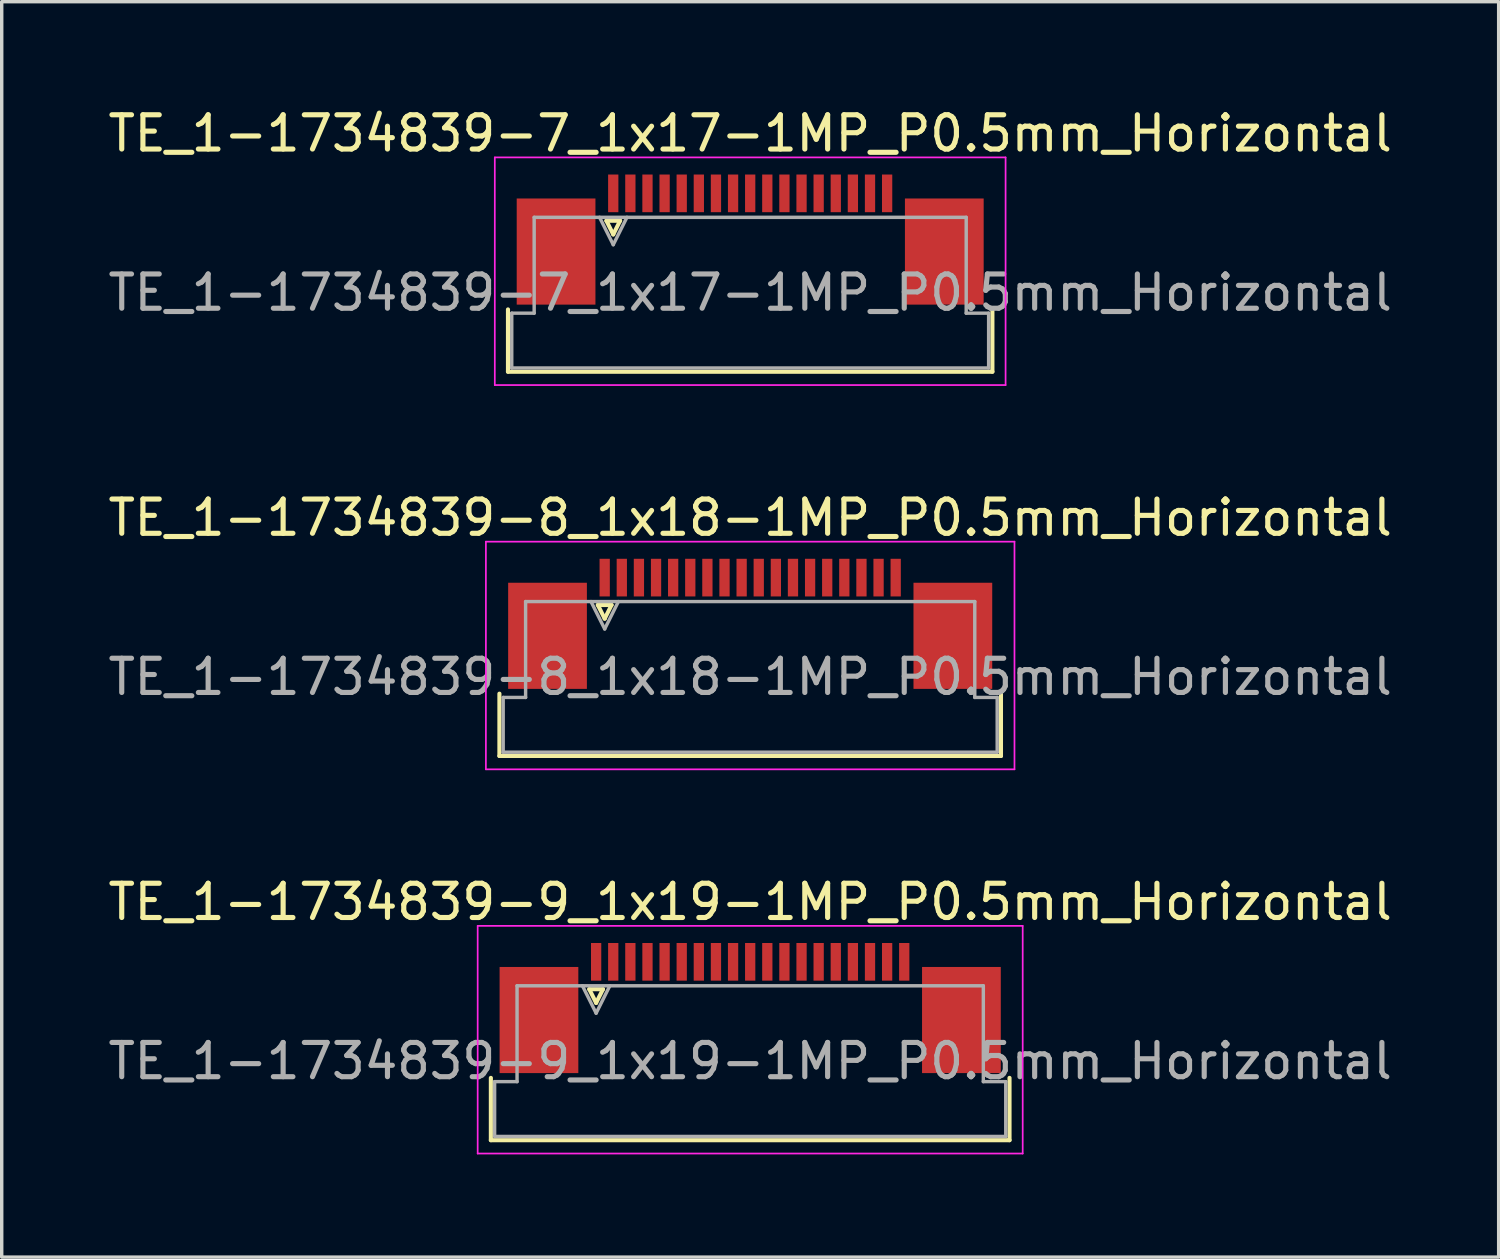
<source format=kicad_pcb>
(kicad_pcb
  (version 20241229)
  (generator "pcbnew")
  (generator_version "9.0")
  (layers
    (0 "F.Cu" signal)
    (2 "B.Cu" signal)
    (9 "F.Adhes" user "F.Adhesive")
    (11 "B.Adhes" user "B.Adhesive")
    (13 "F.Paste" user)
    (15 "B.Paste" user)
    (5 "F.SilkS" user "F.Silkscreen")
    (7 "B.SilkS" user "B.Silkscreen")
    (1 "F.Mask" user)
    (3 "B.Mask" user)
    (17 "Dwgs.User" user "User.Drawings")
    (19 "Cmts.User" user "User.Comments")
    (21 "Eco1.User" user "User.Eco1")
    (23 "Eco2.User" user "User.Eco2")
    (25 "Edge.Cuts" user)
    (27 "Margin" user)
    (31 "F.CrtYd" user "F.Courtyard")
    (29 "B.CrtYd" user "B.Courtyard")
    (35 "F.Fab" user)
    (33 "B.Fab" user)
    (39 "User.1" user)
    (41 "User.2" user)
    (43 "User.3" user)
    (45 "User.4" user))
  (footprint "TE_1-1734839-9_1x19-1MP_P0.5mm_Horizontal"
    (layer "F.Cu")
    (at 18.863 26.395)
    (property "Reference" "TE_1-1734839-9_1x19-1MP_P0.5mm_Horizontal" (at 0 -3.1 0) (layer "F.SilkS") (effects (font (size 1 1) (thickness 0.15))))
    (attr smd)
    (fp_line (start -7.575 3.86) (end -7.575 2.04) (stroke (width 0.12) (type solid)) (layer "F.SilkS"))
    (fp_line (start -4.7 -0.55) (end -4.5 -0.15) (stroke (width 0.12) (type solid)) (layer "F.SilkS"))
    (fp_line (start -4.5 -0.15) (end -4.3 -0.55) (stroke (width 0.12) (type solid)) (layer "F.SilkS"))
    (fp_line (start -4.3 -0.55) (end -4.7 -0.55) (stroke (width 0.12) (type solid)) (layer "F.SilkS"))
    (fp_line (start 7.575 2.04) (end 7.575 3.86) (stroke (width 0.12) (type solid)) (layer "F.SilkS"))
    (fp_line (start 7.575 3.86) (end -7.575 3.86) (stroke (width 0.12) (type solid)) (layer "F.SilkS"))
    (fp_line (start -7.96 -2.4) (end -7.96 4.25) (stroke (width 0.05) (type solid)) (layer "F.CrtYd"))
    (fp_line (start -7.96 4.25) (end 7.96 4.25) (stroke (width 0.05) (type solid)) (layer "F.CrtYd"))
    (fp_line (start 7.96 -2.4) (end -7.96 -2.4) (stroke (width 0.05) (type solid)) (layer "F.CrtYd"))
    (fp_line (start 7.96 4.25) (end 7.96 -2.4) (stroke (width 0.05) (type solid)) (layer "F.CrtYd"))
    (fp_line (start -7.465 2.15) (end -6.81 2.15) (stroke (width 0.1) (type solid)) (layer "F.Fab"))
    (fp_line (start -7.465 3.75) (end -7.465 2.15) (stroke (width 0.1) (type solid)) (layer "F.Fab"))
    (fp_line (start -6.81 -0.65) (end 6.81 -0.65) (stroke (width 0.1) (type solid)) (layer "F.Fab"))
    (fp_line (start -6.81 2.15) (end -6.81 -0.65) (stroke (width 0.1) (type solid)) (layer "F.Fab"))
    (fp_line (start -4.9 -0.65) (end -4.5 0.15) (stroke (width 0.1) (type solid)) (layer "F.Fab"))
    (fp_line (start -4.5 0.15) (end -4.1 -0.65) (stroke (width 0.1) (type solid)) (layer "F.Fab"))
    (fp_line (start 6.81 -0.65) (end 6.81 2.15) (stroke (width 0.1) (type solid)) (layer "F.Fab"))
    (fp_line (start 6.81 2.15) (end 7.465 2.15) (stroke (width 0.1) (type solid)) (layer "F.Fab"))
    (fp_line (start 7.465 2.15) (end 7.465 3.75) (stroke (width 0.1) (type solid)) (layer "F.Fab"))
    (fp_line (start 7.465 3.75) (end -7.465 3.75) (stroke (width 0.1) (type solid)) (layer "F.Fab"))
    (fp_text user "${REFERENCE}" (at 0 1.55 0) (layer "F.Fab") (effects (font (size 1 1) (thickness 0.15))))
    (pad "1" smd rect (at -4.5 -1.35) (size 0.3 1.1) (layers "F.Cu" "F.Mask" "F.Paste"))
    (pad "2" smd rect (at -4 -1.35) (size 0.3 1.1) (layers "F.Cu" "F.Mask" "F.Paste"))
    (pad "3" smd rect (at -3.5 -1.35) (size 0.3 1.1) (layers "F.Cu" "F.Mask" "F.Paste"))
    (pad "4" smd rect (at -3 -1.35) (size 0.3 1.1) (layers "F.Cu" "F.Mask" "F.Paste"))
    (pad "5" smd rect (at -2.5 -1.35) (size 0.3 1.1) (layers "F.Cu" "F.Mask" "F.Paste"))
    (pad "6" smd rect (at -2 -1.35) (size 0.3 1.1) (layers "F.Cu" "F.Mask" "F.Paste"))
    (pad "7" smd rect (at -1.5 -1.35) (size 0.3 1.1) (layers "F.Cu" "F.Mask" "F.Paste"))
    (pad "8" smd rect (at -1 -1.35) (size 0.3 1.1) (layers "F.Cu" "F.Mask" "F.Paste"))
    (pad "9" smd rect (at -0.5 -1.35) (size 0.3 1.1) (layers "F.Cu" "F.Mask" "F.Paste"))
    (pad "10" smd rect (at 0 -1.35) (size 0.3 1.1) (layers "F.Cu" "F.Mask" "F.Paste"))
    (pad "11" smd rect (at 0.5 -1.35) (size 0.3 1.1) (layers "F.Cu" "F.Mask" "F.Paste"))
    (pad "12" smd rect (at 1 -1.35) (size 0.3 1.1) (layers "F.Cu" "F.Mask" "F.Paste"))
    (pad "13" smd rect (at 1.5 -1.35) (size 0.3 1.1) (layers "F.Cu" "F.Mask" "F.Paste"))
    (pad "14" smd rect (at 2 -1.35) (size 0.3 1.1) (layers "F.Cu" "F.Mask" "F.Paste"))
    (pad "15" smd rect (at 2.5 -1.35) (size 0.3 1.1) (layers "F.Cu" "F.Mask" "F.Paste"))
    (pad "16" smd rect (at 3 -1.35) (size 0.3 1.1) (layers "F.Cu" "F.Mask" "F.Paste"))
    (pad "17" smd rect (at 3.5 -1.35) (size 0.3 1.1) (layers "F.Cu" "F.Mask" "F.Paste"))
    (pad "18" smd rect (at 4 -1.35) (size 0.3 1.1) (layers "F.Cu" "F.Mask" "F.Paste"))
    (pad "19" smd rect (at 4.5 -1.35) (size 0.3 1.1) (layers "F.Cu" "F.Mask" "F.Paste"))
    (pad "MP" smd rect (at -6.17 0.35) (size 2.3 3.1) (layers "F.Cu" "F.Mask" "F.Paste"))
    (pad "MP" smd rect (at 6.17 0.35) (size 2.3 3.1) (layers "F.Cu" "F.Mask" "F.Paste")))
  (footprint "TE_1-1734839-8_1x18-1MP_P0.5mm_Horizontal"
    (layer "F.Cu")
    (at 18.863 16.072)
    (property "Reference" "TE_1-1734839-8_1x18-1MP_P0.5mm_Horizontal" (at 0 -4 0) (layer "F.SilkS") (effects (font (size 1 1) (thickness 0.15))))
    (attr smd)
    (fp_line (start -7.325 2.96) (end -7.325 1.14) (stroke (width 0.12) (type solid)) (layer "F.SilkS"))
    (fp_line (start -4.45 -1.45) (end -4.25 -1.05) (stroke (width 0.12) (type solid)) (layer "F.SilkS"))
    (fp_line (start -4.25 -1.05) (end -4.05 -1.45) (stroke (width 0.12) (type solid)) (layer "F.SilkS"))
    (fp_line (start -4.05 -1.45) (end -4.45 -1.45) (stroke (width 0.12) (type solid)) (layer "F.SilkS"))
    (fp_line (start 7.325 1.14) (end 7.325 2.96) (stroke (width 0.12) (type solid)) (layer "F.SilkS"))
    (fp_line (start 7.325 2.96) (end -7.325 2.96) (stroke (width 0.12) (type solid)) (layer "F.SilkS"))
    (fp_line (start -7.72 -3.3) (end -7.72 3.35) (stroke (width 0.05) (type solid)) (layer "F.CrtYd"))
    (fp_line (start -7.72 3.35) (end 7.72 3.35) (stroke (width 0.05) (type solid)) (layer "F.CrtYd"))
    (fp_line (start 7.72 -3.3) (end -7.72 -3.3) (stroke (width 0.05) (type solid)) (layer "F.CrtYd"))
    (fp_line (start 7.72 3.35) (end 7.72 -3.3) (stroke (width 0.05) (type solid)) (layer "F.CrtYd"))
    (fp_line (start -7.215 1.25) (end -6.56 1.25) (stroke (width 0.1) (type solid)) (layer "F.Fab"))
    (fp_line (start -7.215 2.85) (end -7.215 1.25) (stroke (width 0.1) (type solid)) (layer "F.Fab"))
    (fp_line (start -6.56 -1.55) (end 6.56 -1.55) (stroke (width 0.1) (type solid)) (layer "F.Fab"))
    (fp_line (start -6.56 1.25) (end -6.56 -1.55) (stroke (width 0.1) (type solid)) (layer "F.Fab"))
    (fp_line (start -4.65 -1.55) (end -4.25 -0.75) (stroke (width 0.1) (type solid)) (layer "F.Fab"))
    (fp_line (start -4.25 -0.75) (end -3.85 -1.55) (stroke (width 0.1) (type solid)) (layer "F.Fab"))
    (fp_line (start 6.56 -1.55) (end 6.56 1.25) (stroke (width 0.1) (type solid)) (layer "F.Fab"))
    (fp_line (start 6.56 1.25) (end 7.215 1.25) (stroke (width 0.1) (type solid)) (layer "F.Fab"))
    (fp_line (start 7.215 1.25) (end 7.215 2.85) (stroke (width 0.1) (type solid)) (layer "F.Fab"))
    (fp_line (start 7.215 2.85) (end -7.215 2.85) (stroke (width 0.1) (type solid)) (layer "F.Fab"))
    (fp_text user "${REFERENCE}" (at 0 0.65 0) (layer "F.Fab") (effects (font (size 1 1) (thickness 0.15))))
    (pad "1" smd rect (at -4.25 -2.25) (size 0.3 1.1) (layers "F.Cu" "F.Mask" "F.Paste"))
    (pad "2" smd rect (at -3.75 -2.25) (size 0.3 1.1) (layers "F.Cu" "F.Mask" "F.Paste"))
    (pad "3" smd rect (at -3.25 -2.25) (size 0.3 1.1) (layers "F.Cu" "F.Mask" "F.Paste"))
    (pad "4" smd rect (at -2.75 -2.25) (size 0.3 1.1) (layers "F.Cu" "F.Mask" "F.Paste"))
    (pad "5" smd rect (at -2.25 -2.25) (size 0.3 1.1) (layers "F.Cu" "F.Mask" "F.Paste"))
    (pad "6" smd rect (at -1.75 -2.25) (size 0.3 1.1) (layers "F.Cu" "F.Mask" "F.Paste"))
    (pad "7" smd rect (at -1.25 -2.25) (size 0.3 1.1) (layers "F.Cu" "F.Mask" "F.Paste"))
    (pad "8" smd rect (at -0.75 -2.25) (size 0.3 1.1) (layers "F.Cu" "F.Mask" "F.Paste"))
    (pad "9" smd rect (at -0.25 -2.25) (size 0.3 1.1) (layers "F.Cu" "F.Mask" "F.Paste"))
    (pad "10" smd rect (at 0.25 -2.25) (size 0.3 1.1) (layers "F.Cu" "F.Mask" "F.Paste"))
    (pad "11" smd rect (at 0.75 -2.25) (size 0.3 1.1) (layers "F.Cu" "F.Mask" "F.Paste"))
    (pad "12" smd rect (at 1.25 -2.25) (size 0.3 1.1) (layers "F.Cu" "F.Mask" "F.Paste"))
    (pad "13" smd rect (at 1.75 -2.25) (size 0.3 1.1) (layers "F.Cu" "F.Mask" "F.Paste"))
    (pad "14" smd rect (at 2.25 -2.25) (size 0.3 1.1) (layers "F.Cu" "F.Mask" "F.Paste"))
    (pad "15" smd rect (at 2.75 -2.25) (size 0.3 1.1) (layers "F.Cu" "F.Mask" "F.Paste"))
    (pad "16" smd rect (at 3.25 -2.25) (size 0.3 1.1) (layers "F.Cu" "F.Mask" "F.Paste"))
    (pad "17" smd rect (at 3.75 -2.25) (size 0.3 1.1) (layers "F.Cu" "F.Mask" "F.Paste"))
    (pad "18" smd rect (at 4.25 -2.25) (size 0.3 1.1) (layers "F.Cu" "F.Mask" "F.Paste"))
    (pad "MP" smd rect (at -5.92 -0.55) (size 2.3 3.1) (layers "F.Cu" "F.Mask" "F.Paste"))
    (pad "MP" smd rect (at 5.92 -0.55) (size 2.3 3.1) (layers "F.Cu" "F.Mask" "F.Paste")))
  (footprint "TE_1-1734839-7_1x17-1MP_P0.5mm_Horizontal"
    (layer "F.Cu")
    (at 18.863 4.848)
    (property "Reference" "TE_1-1734839-7_1x17-1MP_P0.5mm_Horizontal" (at 0 -4 0) (layer "F.SilkS") (effects (font (size 1 1) (thickness 0.15))))
    (attr smd)
    (fp_line (start -7.075 2.96) (end -7.075 1.14) (stroke (width 0.12) (type solid)) (layer "F.SilkS"))
    (fp_line (start -4.2 -1.45) (end -4 -1.05) (stroke (width 0.12) (type solid)) (layer "F.SilkS"))
    (fp_line (start -4 -1.05) (end -3.8 -1.45) (stroke (width 0.12) (type solid)) (layer "F.SilkS"))
    (fp_line (start -3.8 -1.45) (end -4.2 -1.45) (stroke (width 0.12) (type solid)) (layer "F.SilkS"))
    (fp_line (start 7.075 1.14) (end 7.075 2.96) (stroke (width 0.12) (type solid)) (layer "F.SilkS"))
    (fp_line (start 7.075 2.96) (end -7.075 2.96) (stroke (width 0.12) (type solid)) (layer "F.SilkS"))
    (fp_line (start -7.46 -3.3) (end -7.46 3.35) (stroke (width 0.05) (type solid)) (layer "F.CrtYd"))
    (fp_line (start -7.46 3.35) (end 7.46 3.35) (stroke (width 0.05) (type solid)) (layer "F.CrtYd"))
    (fp_line (start 7.46 -3.3) (end -7.46 -3.3) (stroke (width 0.05) (type solid)) (layer "F.CrtYd"))
    (fp_line (start 7.46 3.35) (end 7.46 -3.3) (stroke (width 0.05) (type solid)) (layer "F.CrtYd"))
    (fp_line (start -6.965 1.25) (end -6.31 1.25) (stroke (width 0.1) (type solid)) (layer "F.Fab"))
    (fp_line (start -6.965 2.85) (end -6.965 1.25) (stroke (width 0.1) (type solid)) (layer "F.Fab"))
    (fp_line (start -6.31 -1.55) (end 6.31 -1.55) (stroke (width 0.1) (type solid)) (layer "F.Fab"))
    (fp_line (start -6.31 1.25) (end -6.31 -1.55) (stroke (width 0.1) (type solid)) (layer "F.Fab"))
    (fp_line (start -4.4 -1.55) (end -4 -0.75) (stroke (width 0.1) (type solid)) (layer "F.Fab"))
    (fp_line (start -4 -0.75) (end -3.6 -1.55) (stroke (width 0.1) (type solid)) (layer "F.Fab"))
    (fp_line (start 6.31 -1.55) (end 6.31 1.25) (stroke (width 0.1) (type solid)) (layer "F.Fab"))
    (fp_line (start 6.31 1.25) (end 6.965 1.25) (stroke (width 0.1) (type solid)) (layer "F.Fab"))
    (fp_line (start 6.965 1.25) (end 6.965 2.85) (stroke (width 0.1) (type solid)) (layer "F.Fab"))
    (fp_line (start 6.965 2.85) (end -6.965 2.85) (stroke (width 0.1) (type solid)) (layer "F.Fab"))
    (fp_text user "${REFERENCE}" (at 0 0.65 0) (layer "F.Fab") (effects (font (size 1 1) (thickness 0.15))))
    (pad "1" smd rect (at -4 -2.25) (size 0.3 1.1) (layers "F.Cu" "F.Mask" "F.Paste"))
    (pad "2" smd rect (at -3.5 -2.25) (size 0.3 1.1) (layers "F.Cu" "F.Mask" "F.Paste"))
    (pad "3" smd rect (at -3 -2.25) (size 0.3 1.1) (layers "F.Cu" "F.Mask" "F.Paste"))
    (pad "4" smd rect (at -2.5 -2.25) (size 0.3 1.1) (layers "F.Cu" "F.Mask" "F.Paste"))
    (pad "5" smd rect (at -2 -2.25) (size 0.3 1.1) (layers "F.Cu" "F.Mask" "F.Paste"))
    (pad "6" smd rect (at -1.5 -2.25) (size 0.3 1.1) (layers "F.Cu" "F.Mask" "F.Paste"))
    (pad "7" smd rect (at -1 -2.25) (size 0.3 1.1) (layers "F.Cu" "F.Mask" "F.Paste"))
    (pad "8" smd rect (at -0.5 -2.25) (size 0.3 1.1) (layers "F.Cu" "F.Mask" "F.Paste"))
    (pad "9" smd rect (at 0 -2.25) (size 0.3 1.1) (layers "F.Cu" "F.Mask" "F.Paste"))
    (pad "10" smd rect (at 0.5 -2.25) (size 0.3 1.1) (layers "F.Cu" "F.Mask" "F.Paste"))
    (pad "11" smd rect (at 1 -2.25) (size 0.3 1.1) (layers "F.Cu" "F.Mask" "F.Paste"))
    (pad "12" smd rect (at 1.5 -2.25) (size 0.3 1.1) (layers "F.Cu" "F.Mask" "F.Paste"))
    (pad "13" smd rect (at 2 -2.25) (size 0.3 1.1) (layers "F.Cu" "F.Mask" "F.Paste"))
    (pad "14" smd rect (at 2.5 -2.25) (size 0.3 1.1) (layers "F.Cu" "F.Mask" "F.Paste"))
    (pad "15" smd rect (at 3 -2.25) (size 0.3 1.1) (layers "F.Cu" "F.Mask" "F.Paste"))
    (pad "16" smd rect (at 3.5 -2.25) (size 0.3 1.1) (layers "F.Cu" "F.Mask" "F.Paste"))
    (pad "17" smd rect (at 4 -2.25) (size 0.3 1.1) (layers "F.Cu" "F.Mask" "F.Paste"))
    (pad "MP" smd rect (at -5.67 -0.55) (size 2.3 3.1) (layers "F.Cu" "F.Mask" "F.Paste"))
    (pad "MP" smd rect (at 5.67 -0.55) (size 2.3 3.1) (layers "F.Cu" "F.Mask" "F.Paste")))
  (gr_rect
    (start -3 -3)
    (end 40.726 33.67)
    (stroke (width 0.1) (type default))
    (fill no)
    (layer "Edge.Cuts")))
</source>
